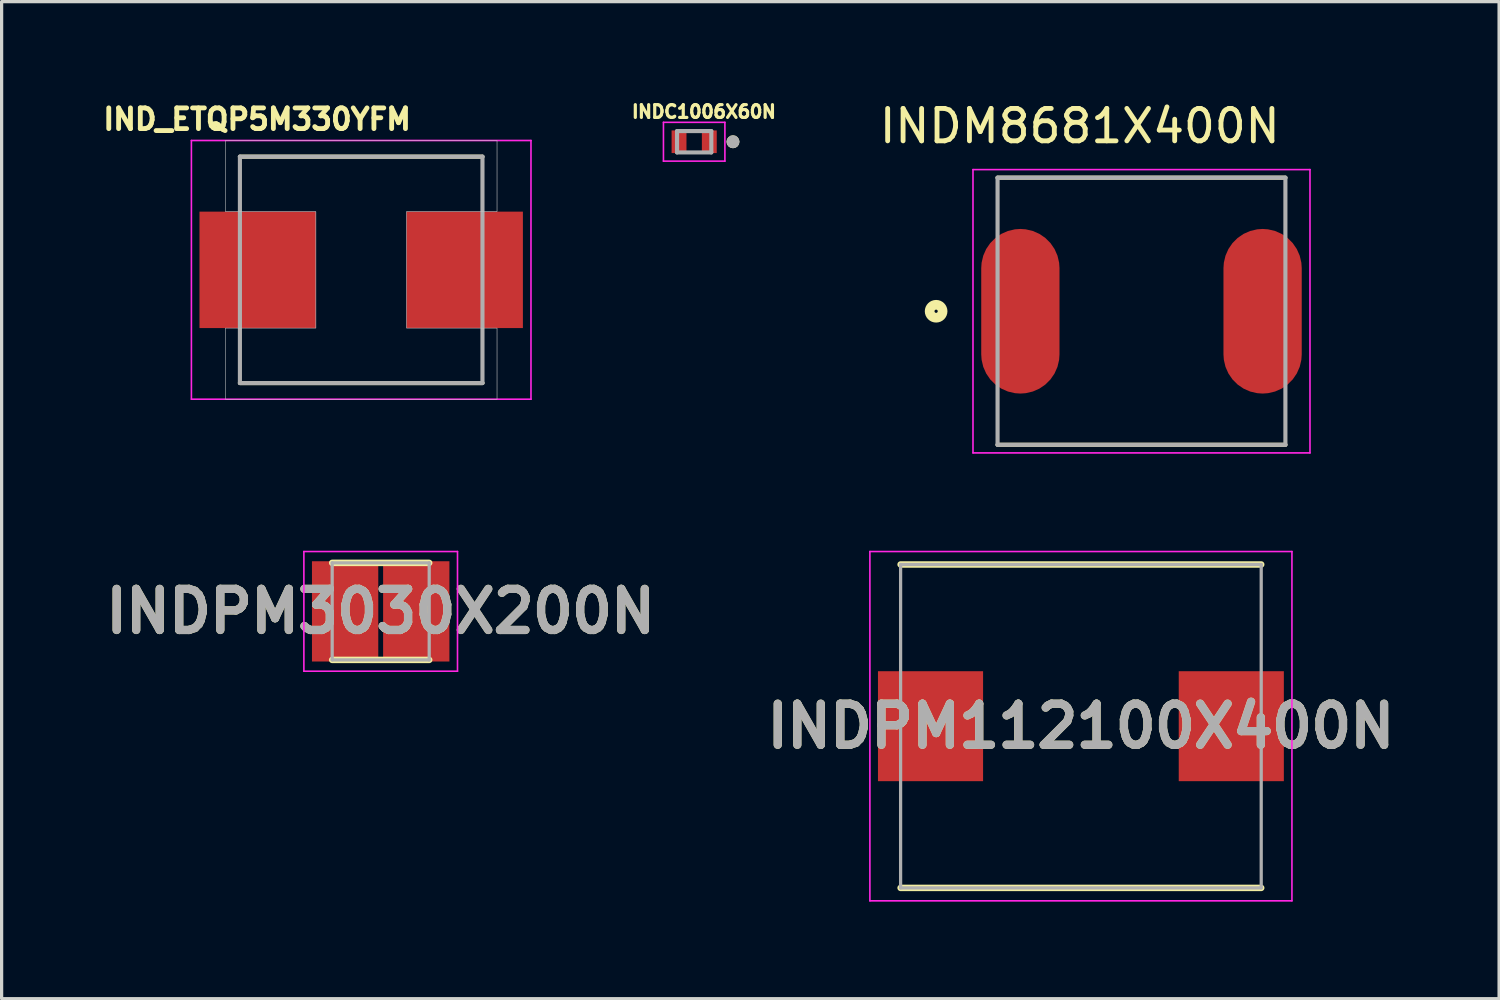
<source format=kicad_pcb>
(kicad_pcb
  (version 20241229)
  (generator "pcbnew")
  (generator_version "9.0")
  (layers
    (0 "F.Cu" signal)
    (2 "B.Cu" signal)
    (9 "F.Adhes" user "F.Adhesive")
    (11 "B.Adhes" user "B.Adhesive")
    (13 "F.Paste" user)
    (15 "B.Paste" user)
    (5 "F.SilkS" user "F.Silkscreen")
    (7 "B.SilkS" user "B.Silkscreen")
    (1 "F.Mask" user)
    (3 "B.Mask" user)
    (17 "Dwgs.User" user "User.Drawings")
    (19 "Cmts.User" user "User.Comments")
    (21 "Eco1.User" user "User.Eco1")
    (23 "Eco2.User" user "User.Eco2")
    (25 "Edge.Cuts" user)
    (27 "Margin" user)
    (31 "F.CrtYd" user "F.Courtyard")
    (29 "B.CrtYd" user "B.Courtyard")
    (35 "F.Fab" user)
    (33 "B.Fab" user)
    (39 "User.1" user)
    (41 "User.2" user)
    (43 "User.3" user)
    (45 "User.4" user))
  (footprint "INDPM3030X200N"
    (layer "F.Cu")
    (at 8.721 15.854)
    (property "Reference" "INDPM3030X200N" (at 0 0 0) (layer "F.SilkS") (effects (font (size 1.27 1.27) (thickness 0.254))))
    (attr smd)
    (fp_line (start -1.5 1.5) (end 1.5 1.5) (stroke (width 0.2) (type solid)) (layer "F.SilkS"))
    (fp_line (start 1.5 -1.5) (end -1.5 -1.5) (stroke (width 0.2) (type solid)) (layer "F.SilkS"))
    (fp_line (start -2.375 -1.85) (end 2.375 -1.85) (stroke (width 0.05) (type solid)) (layer "F.CrtYd"))
    (fp_line (start -2.375 1.85) (end -2.375 -1.85) (stroke (width 0.05) (type solid)) (layer "F.CrtYd"))
    (fp_line (start 2.375 -1.85) (end 2.375 1.85) (stroke (width 0.05) (type solid)) (layer "F.CrtYd"))
    (fp_line (start 2.375 1.85) (end -2.375 1.85) (stroke (width 0.05) (type solid)) (layer "F.CrtYd"))
    (fp_line (start -1.5 -1.5) (end 1.5 -1.5) (stroke (width 0.1) (type solid)) (layer "F.Fab"))
    (fp_line (start -1.5 1.5) (end -1.5 -1.5) (stroke (width 0.1) (type solid)) (layer "F.Fab"))
    (fp_line (start 1.5 -1.5) (end 1.5 1.5) (stroke (width 0.1) (type solid)) (layer "F.Fab"))
    (fp_line (start 1.5 1.5) (end -1.5 1.5) (stroke (width 0.1) (type solid)) (layer "F.Fab"))
    (fp_text user "${REFERENCE}" (at 0 0 0) (layer "F.Fab") (effects (font (size 1.27 1.27) (thickness 0.254))))
    (pad "1" smd rect (at -1.1 0) (size 2.05 3.1) (layers "F.Cu" "F.Mask" "F.Paste"))
    (pad "2" smd rect (at 1.1 0) (size 2.05 3.1) (layers "F.Cu" "F.Mask" "F.Paste")))
  (footprint "INDM8681X400N"
    (layer "F.Cu")
    (at 32.245 6.574)
    (property "Reference" "INDM8681X400N" (at -1.908 -5.725 0) (layer "F.SilkS") (effects (font (size 1.002 1.002) (thickness 0.15))))
    (attr through_hole)
    (fp_line (start -4.45 4.13) (end 4.45 4.13) (stroke (width 0.127) (type solid)) (layer "F.SilkS"))
    (fp_line (start 4.45 -4.13) (end -4.45 -4.13) (stroke (width 0.127) (type solid)) (layer "F.SilkS"))
    (fp_circle (center -6.35 0) (end -6.15 0) (stroke (width 0.3) (type solid)) (fill no) (layer "F.SilkS"))
    (fp_line (start -5.21 -4.38) (end 5.21 -4.38) (stroke (width 0.05) (type solid)) (layer "F.CrtYd"))
    (fp_line (start -5.21 4.38) (end -5.21 -4.38) (stroke (width 0.05) (type solid)) (layer "F.CrtYd"))
    (fp_line (start 5.21 -4.38) (end 5.21 4.38) (stroke (width 0.05) (type solid)) (layer "F.CrtYd"))
    (fp_line (start 5.21 4.38) (end -5.21 4.38) (stroke (width 0.05) (type solid)) (layer "F.CrtYd"))
    (fp_line (start -4.45 -4.13) (end -4.45 4.13) (stroke (width 0.127) (type solid)) (layer "F.Fab"))
    (fp_line (start -4.45 4.13) (end 4.45 4.13) (stroke (width 0.127) (type solid)) (layer "F.Fab"))
    (fp_line (start 4.45 -4.13) (end -4.45 -4.13) (stroke (width 0.127) (type solid)) (layer "F.Fab"))
    (fp_line (start 4.45 4.13) (end 4.45 -4.13) (stroke (width 0.127) (type solid)) (layer "F.Fab"))
    (pad "1" smd roundrect (at -3.745 0 90) (size 5.09 2.42) (layers "F.Cu" "F.Mask" "F.Paste") (roundrect_rratio 0.5))
    (pad "2" smd roundrect (at 3.745 0 90) (size 5.09 2.42) (layers "F.Cu" "F.Mask" "F.Paste") (roundrect_rratio 0.5)))
  (footprint "INDC1006X60N"
    (layer "F.Cu")
    (at 18.414 1.333)
    (property "Reference" "INDC1006X60N" (at 0.3 -0.93 0) (layer "F.SilkS") (effects (font (size 0.394 0.394) (thickness 0.15))))
    (attr through_hole)
    (fp_circle (center 1.2 0) (end 1.3 0) (stroke (width 0.2) (type solid)) (fill no) (layer "F.SilkS"))
    (fp_line (start -0.95 -0.6) (end 0.95 -0.6) (stroke (width 0.05) (type solid)) (layer "F.CrtYd"))
    (fp_line (start -0.95 0.6) (end -0.95 -0.6) (stroke (width 0.05) (type solid)) (layer "F.CrtYd"))
    (fp_line (start -0.95 0.6) (end 0.95 0.6) (stroke (width 0.05) (type solid)) (layer "F.CrtYd"))
    (fp_line (start 0.95 0.6) (end 0.95 -0.6) (stroke (width 0.05) (type solid)) (layer "F.CrtYd"))
    (fp_line (start -0.53 0.33) (end -0.53 -0.33) (stroke (width 0.127) (type solid)) (layer "F.Fab"))
    (fp_line (start 0.53 -0.33) (end -0.53 -0.33) (stroke (width 0.127) (type solid)) (layer "F.Fab"))
    (fp_line (start 0.53 0.33) (end -0.53 0.33) (stroke (width 0.127) (type solid)) (layer "F.Fab"))
    (fp_line (start 0.53 0.33) (end 0.53 -0.33) (stroke (width 0.127) (type solid)) (layer "F.Fab"))
    (fp_circle (center 1.2 0) (end 1.3 0) (stroke (width 0.2) (type solid)) (fill no) (layer "F.Fab"))
    (pad "1" smd rect (at -0.468 0) (size 0.46 0.7) (layers "F.Cu" "F.Mask" "F.Paste"))
    (pad "2" smd rect (at 0.468 0) (size 0.46 0.7) (layers "F.Cu" "F.Mask" "F.Paste")))
  (footprint "INDPM112100X400N"
    (layer "F.Cu")
    (at 30.372 19.404)
    (property "Reference" "INDPM112100X400N" (at 0 0 0) (layer "F.SilkS") (effects (font (size 1.27 1.27) (thickness 0.254))))
    (attr smd)
    (fp_line (start -5.575 5) (end 5.575 5) (stroke (width 0.2) (type solid)) (layer "F.SilkS"))
    (fp_line (start 5.575 -5) (end -5.575 -5) (stroke (width 0.2) (type solid)) (layer "F.SilkS"))
    (fp_line (start -6.525 -5.4) (end 6.525 -5.4) (stroke (width 0.05) (type solid)) (layer "F.CrtYd"))
    (fp_line (start -6.525 5.4) (end -6.525 -5.4) (stroke (width 0.05) (type solid)) (layer "F.CrtYd"))
    (fp_line (start 6.525 -5.4) (end 6.525 5.4) (stroke (width 0.05) (type solid)) (layer "F.CrtYd"))
    (fp_line (start 6.525 5.4) (end -6.525 5.4) (stroke (width 0.05) (type solid)) (layer "F.CrtYd"))
    (fp_line (start -5.575 -5) (end 5.575 -5) (stroke (width 0.1) (type solid)) (layer "F.Fab"))
    (fp_line (start -5.575 5) (end -5.575 -5) (stroke (width 0.1) (type solid)) (layer "F.Fab"))
    (fp_line (start 5.575 -5) (end 5.575 5) (stroke (width 0.1) (type solid)) (layer "F.Fab"))
    (fp_line (start 5.575 5) (end -5.575 5) (stroke (width 0.1) (type solid)) (layer "F.Fab"))
    (fp_text user "${REFERENCE}" (at 0 0 0) (layer "F.Fab") (effects (font (size 1.27 1.27) (thickness 0.254))))
    (pad "1" smd rect (at -4.65 0) (size 3.25 3.4) (layers "F.Cu" "F.Mask" "F.Paste"))
    (pad "2" smd rect (at 4.65 0) (size 3.25 3.4) (layers "F.Cu" "F.Mask" "F.Paste")))
  (footprint "IND_ETQP5M330YFM"
    (layer "F.Cu")
    (at 8.118 5.294)
    (property "Reference" "IND_ETQP5M330YFM" (at -3.218 -4.656 0) (layer "F.SilkS") (effects (font (size 0.64 0.64) (thickness 0.15))))
    (attr through_hole)
    (fp_line (start -3.75 -3.5) (end 3.75 -3.5) (stroke (width 0.127) (type solid)) (layer "F.SilkS"))
    (fp_line (start -3.75 3.5) (end 3.75 3.5) (stroke (width 0.127) (type solid)) (layer "F.SilkS"))
    (fp_poly (pts (xy -4.2 -4) (xy -4.2 -1.8) (xy -1.4 -1.8) (xy -1.4 1.8) (xy -4.2 1.8) (xy -4.2 4) (xy 4.2 4) (xy 4.2 1.8) (xy 1.4 1.8) (xy 1.4 -1.8) (xy 4.2 -1.8) (xy 4.2 -4)) (stroke (width 0.01) (type solid)) (fill no) (layer "Dwgs.User"))
    (fp_poly (pts (xy -4.2 -4) (xy -4.2 -1.8) (xy -1.4 -1.8) (xy -1.4 1.8) (xy -4.2 1.8) (xy -4.2 4) (xy 4.2 4) (xy 4.2 1.8) (xy 1.4 1.8) (xy 1.4 -1.8) (xy 4.2 -1.8) (xy 4.2 -4)) (stroke (width 0.01) (type solid)) (fill no) (layer "Dwgs.User"))
    (fp_line (start -5.25 -4) (end -5.25 4) (stroke (width 0.05) (type solid)) (layer "F.CrtYd"))
    (fp_line (start -5.25 4) (end 5.25 4) (stroke (width 0.05) (type solid)) (layer "F.CrtYd"))
    (fp_line (start 5.25 -4) (end -5.25 -4) (stroke (width 0.05) (type solid)) (layer "F.CrtYd"))
    (fp_line (start 5.25 4) (end 5.25 -4) (stroke (width 0.05) (type solid)) (layer "F.CrtYd"))
    (fp_line (start -3.75 -3.5) (end -3.75 3.5) (stroke (width 0.127) (type solid)) (layer "F.Fab"))
    (fp_line (start -3.75 -3.5) (end 3.75 -3.5) (stroke (width 0.127) (type solid)) (layer "F.Fab"))
    (fp_line (start -3.75 3.5) (end 3.75 3.5) (stroke (width 0.127) (type solid)) (layer "F.Fab"))
    (fp_line (start 3.75 -3.5) (end 3.75 3.5) (stroke (width 0.127) (type solid)) (layer "F.Fab"))
    (pad "1" smd rect (at -3.2 0) (size 3.6 3.6) (layers "F.Cu" "F.Mask" "F.Paste"))
    (pad "2" smd rect (at 3.2 0) (size 3.6 3.6) (layers "F.Cu" "F.Mask" "F.Paste")))
  (gr_rect
    (start -3 -3)
    (end 43.302 27.829)
    (stroke (width 0.1) (type default))
    (fill no)
    (layer "Edge.Cuts")))
</source>
